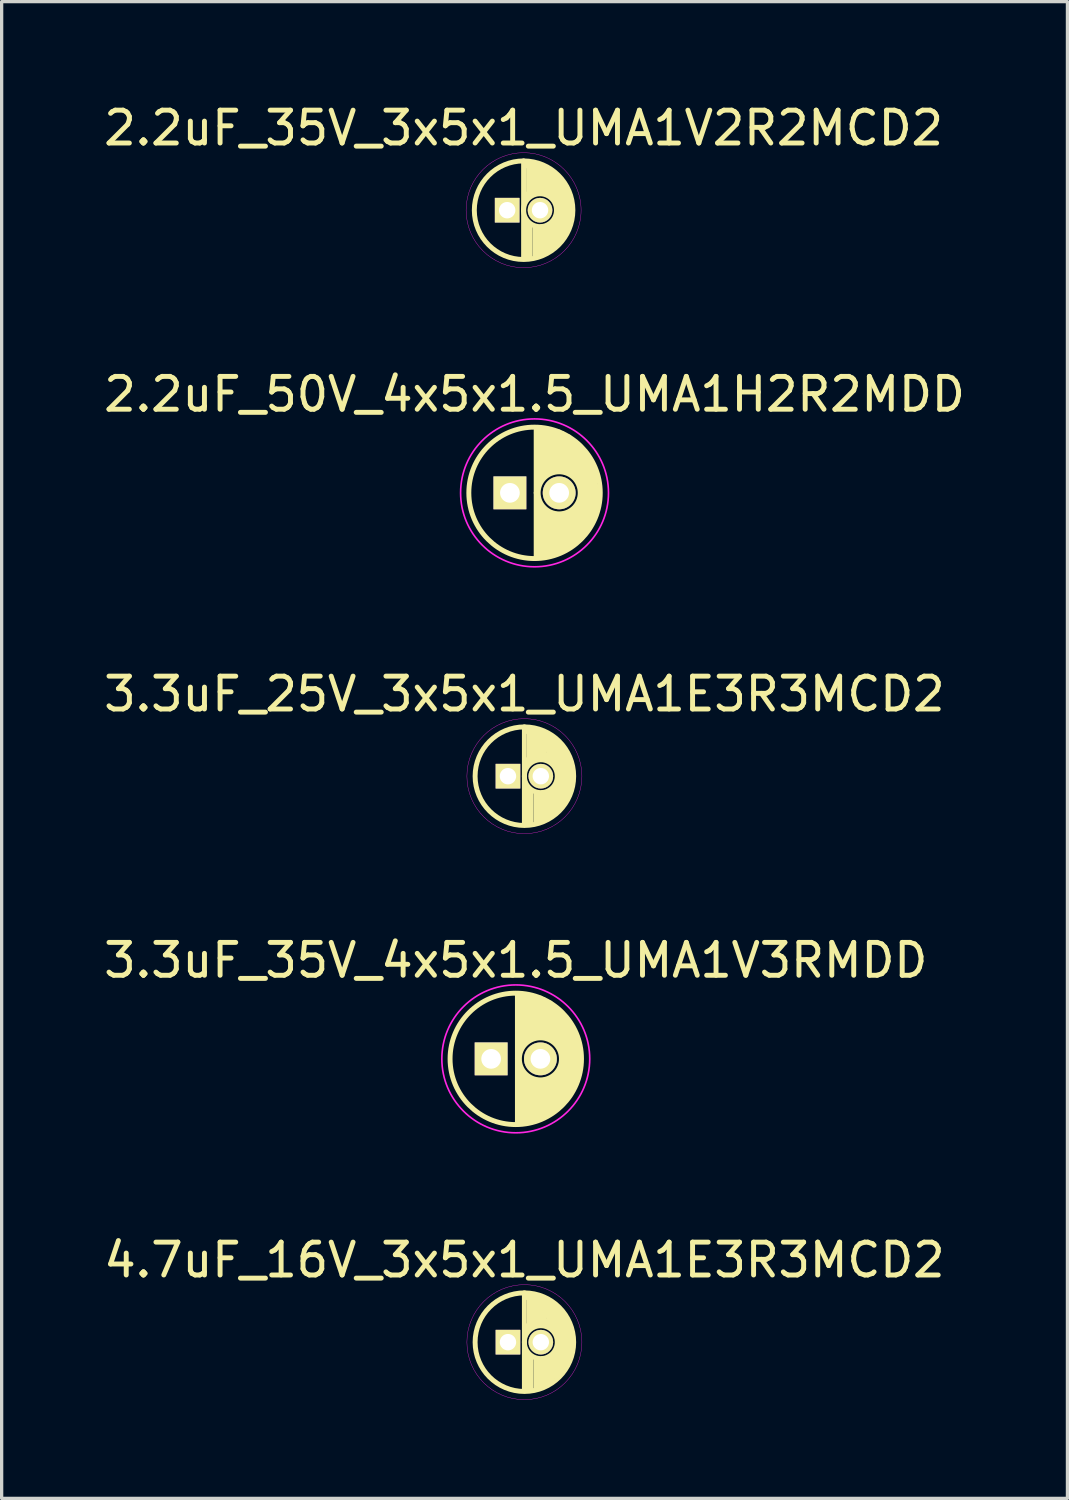
<source format=kicad_pcb>
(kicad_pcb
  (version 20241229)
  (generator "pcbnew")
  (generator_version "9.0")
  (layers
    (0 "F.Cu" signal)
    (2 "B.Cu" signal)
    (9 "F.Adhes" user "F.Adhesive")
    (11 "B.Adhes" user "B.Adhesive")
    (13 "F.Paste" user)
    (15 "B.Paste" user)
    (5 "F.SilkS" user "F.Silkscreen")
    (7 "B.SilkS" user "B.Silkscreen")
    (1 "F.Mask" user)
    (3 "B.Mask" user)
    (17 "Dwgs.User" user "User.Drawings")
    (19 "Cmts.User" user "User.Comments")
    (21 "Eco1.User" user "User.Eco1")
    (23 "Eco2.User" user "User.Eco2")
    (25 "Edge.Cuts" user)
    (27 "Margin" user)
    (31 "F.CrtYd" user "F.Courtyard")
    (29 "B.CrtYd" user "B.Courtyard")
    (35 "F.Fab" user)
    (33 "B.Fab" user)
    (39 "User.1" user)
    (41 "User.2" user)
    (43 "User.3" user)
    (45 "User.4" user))
  (footprint "2.2uF_35V_3x5x1_UMA1V2R2MCD2"
    (layer "F.Cu")
    (at 12.887 3.348)
    (property "Reference" "2.2uF_35V_3x5x1_UMA1V2R2MCD2" (at 0 -2.5 0) (layer "F.SilkS") (effects (font (size 1 1) (thickness 0.15))))
    (attr through_hole)
    (fp_line (start 0 0) (end 0 -1.5) (stroke (width 0.15) (type solid)) (layer "F.SilkS"))
    (fp_line (start 0 0) (end 0 1.45) (stroke (width 0.15) (type solid)) (layer "F.SilkS"))
    (fp_line (start 0.05 -0.5) (end 0.05 -0.35) (stroke (width 0.15) (type solid)) (layer "F.SilkS"))
    (fp_line (start 0.1 -1.35) (end 0.1 -1.45) (stroke (width 0.15) (type solid)) (layer "F.SilkS"))
    (fp_line (start 0.1 0.35) (end 0.1 1.4) (stroke (width 0.15) (type solid)) (layer "F.SilkS"))
    (fp_line (start 0.15 -0.45) (end 0.15 -1.4) (stroke (width 0.15) (type solid)) (layer "F.SilkS"))
    (fp_line (start 0.2 1.45) (end 0.2 0.5) (stroke (width 0.15) (type solid)) (layer "F.SilkS"))
    (fp_line (start 0.25 -1.4) (end 0.25 -0.55) (stroke (width 0.15) (type solid)) (layer "F.SilkS"))
    (fp_line (start 0.35 -0.55) (end 0.35 -1.35) (stroke (width 0.15) (type solid)) (layer "F.SilkS"))
    (fp_line (start 0.35 0.5) (end 0.35 1.4) (stroke (width 0.15) (type solid)) (layer "F.SilkS"))
    (fp_line (start 0.45 -1.35) (end 0.45 -0.6) (stroke (width 0.15) (type solid)) (layer "F.SilkS"))
    (fp_line (start 0.45 1.4) (end 0.45 0.55) (stroke (width 0.15) (type solid)) (layer "F.SilkS"))
    (fp_line (start 0.55 -0.55) (end 0.55 -1.3) (stroke (width 0.15) (type solid)) (layer "F.SilkS"))
    (fp_line (start 0.55 0.5) (end 0.55 1.3) (stroke (width 0.15) (type solid)) (layer "F.SilkS"))
    (fp_line (start 0.65 -1.3) (end 0.6 -0.55) (stroke (width 0.15) (type solid)) (layer "F.SilkS"))
    (fp_line (start 0.65 1.3) (end 0.65 0.55) (stroke (width 0.15) (type solid)) (layer "F.SilkS"))
    (fp_line (start 0.7 -0.65) (end 0.7 -0.5) (stroke (width 0.15) (type solid)) (layer "F.SilkS"))
    (fp_line (start 0.75 -0.5) (end 0.75 -1.25) (stroke (width 0.15) (type solid)) (layer "F.SilkS"))
    (fp_line (start 0.75 0.45) (end 0.75 1.2) (stroke (width 0.15) (type solid)) (layer "F.SilkS"))
    (fp_line (start 0.85 -1.2) (end 0.85 -0.45) (stroke (width 0.15) (type solid)) (layer "F.SilkS"))
    (fp_line (start 0.85 1.15) (end 0.85 0.45) (stroke (width 0.15) (type solid)) (layer "F.SilkS"))
    (fp_line (start 0.95 -0.3) (end 0.95 -1.1) (stroke (width 0.15) (type solid)) (layer "F.SilkS"))
    (fp_line (start 0.95 0.3) (end 0.95 1.05) (stroke (width 0.15) (type solid)) (layer "F.SilkS"))
    (fp_line (start 1.05 1) (end 1.05 -1) (stroke (width 0.15) (type solid)) (layer "F.SilkS"))
    (fp_line (start 1.15 -0.9) (end 1.15 0.85) (stroke (width 0.15) (type solid)) (layer "F.SilkS"))
    (fp_line (start 1.25 0.75) (end 1.25 -0.75) (stroke (width 0.15) (type solid)) (layer "F.SilkS"))
    (fp_line (start 1.3 -0.6) (end 1.3 0.6) (stroke (width 0.15) (type solid)) (layer "F.SilkS"))
    (fp_line (start 1.4 0.4) (end 1.4 -0.4) (stroke (width 0.15) (type solid)) (layer "F.SilkS"))
    (fp_circle (center 0 0) (end 0 1.5) (stroke (width 0.15) (type solid)) (fill no) (layer "F.SilkS"))
    (fp_circle (center 0.5 0) (end 0.9 0.3) (stroke (width 0.15) (type solid)) (fill no) (layer "F.SilkS"))
    (fp_circle (center 0 0) (end 0 1.75) (stroke (width 0.01) (type solid)) (fill no) (layer "F.CrtYd"))
    (pad "1" thru_hole rect (at -0.5 0) (size 0.75 0.75) (drill 0.5) (layers "*.Cu" "*.Mask" "F.SilkS"))
    (pad "2" thru_hole circle (at 0.5 0) (size 0.75 0.75) (drill 0.5) (layers "*.Cu" "*.Mask" "F.SilkS")))
  (footprint "3.3uF_35V_4x5x1.5_UMA1V3RMDD"
    (layer "F.Cu")
    (at 12.649 29.179)
    (property "Reference" "3.3uF_35V_4x5x1.5_UMA1V3RMDD" (at 0 -3 0) (layer "F.SilkS") (effects (font (size 1 1) (thickness 0.15))))
    (attr through_hole)
    (fp_line (start 0.05 0) (end 0.05 -1.95) (stroke (width 0.15) (type solid)) (layer "F.SilkS"))
    (fp_line (start 0.05 0) (end 0.05 1.95) (stroke (width 0.15) (type solid)) (layer "F.SilkS"))
    (fp_line (start 0.15 -1.95) (end 0.15 -0.35) (stroke (width 0.15) (type solid)) (layer "F.SilkS"))
    (fp_line (start 0.15 0.3) (end 0.15 1.95) (stroke (width 0.15) (type solid)) (layer "F.SilkS"))
    (fp_line (start 0.25 -0.5) (end 0.25 -1.9) (stroke (width 0.15) (type solid)) (layer "F.SilkS"))
    (fp_line (start 0.25 1.95) (end 0.25 0.45) (stroke (width 0.15) (type solid)) (layer "F.SilkS"))
    (fp_line (start 0.35 -1.95) (end 0.35 -0.55) (stroke (width 0.15) (type solid)) (layer "F.SilkS"))
    (fp_line (start 0.35 0.55) (end 0.35 1.95) (stroke (width 0.15) (type solid)) (layer "F.SilkS"))
    (fp_line (start 0.45 -0.6) (end 0.45 -1.9) (stroke (width 0.15) (type solid)) (layer "F.SilkS"))
    (fp_line (start 0.45 1.9) (end 0.45 0.6) (stroke (width 0.15) (type solid)) (layer "F.SilkS"))
    (fp_line (start 0.55 -1.9) (end 0.55 -0.7) (stroke (width 0.15) (type solid)) (layer "F.SilkS"))
    (fp_line (start 0.55 0.65) (end 0.55 1.85) (stroke (width 0.15) (type solid)) (layer "F.SilkS"))
    (fp_line (start 0.65 -0.65) (end 0.65 -1.85) (stroke (width 0.15) (type solid)) (layer "F.SilkS"))
    (fp_line (start 0.65 1.85) (end 0.65 0.65) (stroke (width 0.15) (type solid)) (layer "F.SilkS"))
    (fp_line (start 0.75 -1.85) (end 0.75 -0.7) (stroke (width 0.15) (type solid)) (layer "F.SilkS"))
    (fp_line (start 0.75 1.8) (end 0.75 0.7) (stroke (width 0.15) (type solid)) (layer "F.SilkS"))
    (fp_line (start 0.85 -1.8) (end 0.85 -0.7) (stroke (width 0.15) (type solid)) (layer "F.SilkS"))
    (fp_line (start 0.85 0.65) (end 0.85 1.75) (stroke (width 0.15) (type solid)) (layer "F.SilkS"))
    (fp_line (start 0.95 -0.65) (end 0.95 -1.7) (stroke (width 0.15) (type solid)) (layer "F.SilkS"))
    (fp_line (start 0.95 1.7) (end 0.95 0.7) (stroke (width 0.15) (type solid)) (layer "F.SilkS"))
    (fp_line (start 1.05 -1.7) (end 1.05 -0.6) (stroke (width 0.15) (type solid)) (layer "F.SilkS"))
    (fp_line (start 1.05 0.6) (end 1.05 1.65) (stroke (width 0.15) (type solid)) (layer "F.SilkS"))
    (fp_line (start 1.15 -0.55) (end 1.15 -1.6) (stroke (width 0.15) (type solid)) (layer "F.SilkS"))
    (fp_line (start 1.15 1.6) (end 1.15 0.55) (stroke (width 0.15) (type solid)) (layer "F.SilkS"))
    (fp_line (start 1.25 -1.5) (end 1.25 -0.5) (stroke (width 0.15) (type solid)) (layer "F.SilkS"))
    (fp_line (start 1.25 0.45) (end 1.25 1.5) (stroke (width 0.15) (type solid)) (layer "F.SilkS"))
    (fp_line (start 1.35 -0.3) (end 1.35 -1.4) (stroke (width 0.15) (type solid)) (layer "F.SilkS"))
    (fp_line (start 1.35 1.45) (end 1.35 0.3) (stroke (width 0.15) (type solid)) (layer "F.SilkS"))
    (fp_line (start 1.45 1.35) (end 1.45 -1.3) (stroke (width 0.15) (type solid)) (layer "F.SilkS"))
    (fp_line (start 1.55 -1.2) (end 1.55 1.2) (stroke (width 0.15) (type solid)) (layer "F.SilkS"))
    (fp_line (start 1.65 1.1) (end 1.65 -1.05) (stroke (width 0.15) (type solid)) (layer "F.SilkS"))
    (fp_line (start 1.75 -0.85) (end 1.75 0.85) (stroke (width 0.15) (type solid)) (layer "F.SilkS"))
    (fp_line (start 1.85 0.65) (end 1.85 -0.65) (stroke (width 0.15) (type solid)) (layer "F.SilkS"))
    (fp_line (start 1.95 -0.2) (end 1.95 0.25) (stroke (width 0.15) (type solid)) (layer "F.SilkS"))
    (fp_circle (center 0 0) (end 0 2) (stroke (width 0.15) (type solid)) (fill no) (layer "F.SilkS"))
    (fp_circle (center 0.75 0) (end 1.15 0.5) (stroke (width 0.15) (type solid)) (fill no) (layer "F.SilkS"))
    (fp_circle (center 0 0) (end 0.05 2.25) (stroke (width 0.05) (type solid)) (fill no) (layer "F.CrtYd"))
    (pad "1" thru_hole rect (at -0.75 0) (size 1 1) (drill 0.6) (layers "*.Cu" "*.Mask" "F.SilkS"))
    (pad "2" thru_hole circle (at 0.75 0) (size 1 1) (drill 0.6) (layers "*.Cu" "*.Mask" "F.SilkS")))
  (footprint "4.7uF_16V_3x5x1_UMA1E3R3MCD2"
    (layer "F.Cu")
    (at 12.911 37.802)
    (property "Reference" "4.7uF_16V_3x5x1_UMA1E3R3MCD2" (at 0 -2.5 0) (layer "F.SilkS") (effects (font (size 1 1) (thickness 0.15))))
    (attr through_hole)
    (fp_line (start 0 0) (end 0 -1.5) (stroke (width 0.15) (type solid)) (layer "F.SilkS"))
    (fp_line (start 0 0) (end 0 1.45) (stroke (width 0.15) (type solid)) (layer "F.SilkS"))
    (fp_line (start 0.05 -0.5) (end 0.05 -0.35) (stroke (width 0.15) (type solid)) (layer "F.SilkS"))
    (fp_line (start 0.1 -1.35) (end 0.1 -1.45) (stroke (width 0.15) (type solid)) (layer "F.SilkS"))
    (fp_line (start 0.1 0.35) (end 0.1 1.4) (stroke (width 0.15) (type solid)) (layer "F.SilkS"))
    (fp_line (start 0.15 -0.45) (end 0.15 -1.4) (stroke (width 0.15) (type solid)) (layer "F.SilkS"))
    (fp_line (start 0.2 1.45) (end 0.2 0.5) (stroke (width 0.15) (type solid)) (layer "F.SilkS"))
    (fp_line (start 0.25 -1.4) (end 0.25 -0.55) (stroke (width 0.15) (type solid)) (layer "F.SilkS"))
    (fp_line (start 0.35 -0.55) (end 0.35 -1.35) (stroke (width 0.15) (type solid)) (layer "F.SilkS"))
    (fp_line (start 0.35 0.5) (end 0.35 1.4) (stroke (width 0.15) (type solid)) (layer "F.SilkS"))
    (fp_line (start 0.45 -1.35) (end 0.45 -0.6) (stroke (width 0.15) (type solid)) (layer "F.SilkS"))
    (fp_line (start 0.45 1.4) (end 0.45 0.55) (stroke (width 0.15) (type solid)) (layer "F.SilkS"))
    (fp_line (start 0.55 -0.55) (end 0.55 -1.3) (stroke (width 0.15) (type solid)) (layer "F.SilkS"))
    (fp_line (start 0.55 0.5) (end 0.55 1.3) (stroke (width 0.15) (type solid)) (layer "F.SilkS"))
    (fp_line (start 0.65 -1.3) (end 0.6 -0.55) (stroke (width 0.15) (type solid)) (layer "F.SilkS"))
    (fp_line (start 0.65 1.3) (end 0.65 0.55) (stroke (width 0.15) (type solid)) (layer "F.SilkS"))
    (fp_line (start 0.7 -0.65) (end 0.7 -0.5) (stroke (width 0.15) (type solid)) (layer "F.SilkS"))
    (fp_line (start 0.75 -0.5) (end 0.75 -1.25) (stroke (width 0.15) (type solid)) (layer "F.SilkS"))
    (fp_line (start 0.75 0.45) (end 0.75 1.2) (stroke (width 0.15) (type solid)) (layer "F.SilkS"))
    (fp_line (start 0.85 -1.2) (end 0.85 -0.45) (stroke (width 0.15) (type solid)) (layer "F.SilkS"))
    (fp_line (start 0.85 1.15) (end 0.85 0.45) (stroke (width 0.15) (type solid)) (layer "F.SilkS"))
    (fp_line (start 0.95 -0.3) (end 0.95 -1.1) (stroke (width 0.15) (type solid)) (layer "F.SilkS"))
    (fp_line (start 0.95 0.3) (end 0.95 1.05) (stroke (width 0.15) (type solid)) (layer "F.SilkS"))
    (fp_line (start 1.05 1) (end 1.05 -1) (stroke (width 0.15) (type solid)) (layer "F.SilkS"))
    (fp_line (start 1.15 -0.9) (end 1.15 0.85) (stroke (width 0.15) (type solid)) (layer "F.SilkS"))
    (fp_line (start 1.25 0.75) (end 1.25 -0.75) (stroke (width 0.15) (type solid)) (layer "F.SilkS"))
    (fp_line (start 1.3 -0.6) (end 1.3 0.6) (stroke (width 0.15) (type solid)) (layer "F.SilkS"))
    (fp_line (start 1.4 0.4) (end 1.4 -0.4) (stroke (width 0.15) (type solid)) (layer "F.SilkS"))
    (fp_circle (center 0 0) (end 0 1.5) (stroke (width 0.15) (type solid)) (fill no) (layer "F.SilkS"))
    (fp_circle (center 0.5 0) (end 0.9 0.3) (stroke (width 0.15) (type solid)) (fill no) (layer "F.SilkS"))
    (fp_circle (center 0 0) (end 0 1.75) (stroke (width 0.01) (type solid)) (fill no) (layer "F.CrtYd"))
    (pad "1" thru_hole rect (at -0.5 0) (size 0.75 0.75) (drill 0.5) (layers "*.Cu" "*.Mask" "F.SilkS"))
    (pad "2" thru_hole circle (at 0.5 0) (size 0.75 0.75) (drill 0.5) (layers "*.Cu" "*.Mask" "F.SilkS")))
  (footprint "2.2uF_50V_4x5x1.5_UMA1H2R2MDD"
    (layer "F.Cu")
    (at 13.22 11.951)
    (property "Reference" "2.2uF_50V_4x5x1.5_UMA1H2R2MDD" (at 0 -3 0) (layer "F.SilkS") (effects (font (size 1 1) (thickness 0.15))))
    (attr through_hole)
    (fp_line (start 0.05 0) (end 0.05 -1.95) (stroke (width 0.15) (type solid)) (layer "F.SilkS"))
    (fp_line (start 0.05 0) (end 0.05 1.95) (stroke (width 0.15) (type solid)) (layer "F.SilkS"))
    (fp_line (start 0.15 -1.95) (end 0.15 -0.35) (stroke (width 0.15) (type solid)) (layer "F.SilkS"))
    (fp_line (start 0.15 0.3) (end 0.15 1.95) (stroke (width 0.15) (type solid)) (layer "F.SilkS"))
    (fp_line (start 0.25 -0.5) (end 0.25 -1.9) (stroke (width 0.15) (type solid)) (layer "F.SilkS"))
    (fp_line (start 0.25 1.95) (end 0.25 0.45) (stroke (width 0.15) (type solid)) (layer "F.SilkS"))
    (fp_line (start 0.35 -1.95) (end 0.35 -0.55) (stroke (width 0.15) (type solid)) (layer "F.SilkS"))
    (fp_line (start 0.35 0.55) (end 0.35 1.95) (stroke (width 0.15) (type solid)) (layer "F.SilkS"))
    (fp_line (start 0.45 -0.6) (end 0.45 -1.9) (stroke (width 0.15) (type solid)) (layer "F.SilkS"))
    (fp_line (start 0.45 1.9) (end 0.45 0.6) (stroke (width 0.15) (type solid)) (layer "F.SilkS"))
    (fp_line (start 0.55 -1.9) (end 0.55 -0.7) (stroke (width 0.15) (type solid)) (layer "F.SilkS"))
    (fp_line (start 0.55 0.65) (end 0.55 1.85) (stroke (width 0.15) (type solid)) (layer "F.SilkS"))
    (fp_line (start 0.65 -0.65) (end 0.65 -1.85) (stroke (width 0.15) (type solid)) (layer "F.SilkS"))
    (fp_line (start 0.65 1.85) (end 0.65 0.65) (stroke (width 0.15) (type solid)) (layer "F.SilkS"))
    (fp_line (start 0.75 -1.85) (end 0.75 -0.7) (stroke (width 0.15) (type solid)) (layer "F.SilkS"))
    (fp_line (start 0.75 1.8) (end 0.75 0.7) (stroke (width 0.15) (type solid)) (layer "F.SilkS"))
    (fp_line (start 0.85 -1.8) (end 0.85 -0.7) (stroke (width 0.15) (type solid)) (layer "F.SilkS"))
    (fp_line (start 0.85 0.65) (end 0.85 1.75) (stroke (width 0.15) (type solid)) (layer "F.SilkS"))
    (fp_line (start 0.95 -0.65) (end 0.95 -1.7) (stroke (width 0.15) (type solid)) (layer "F.SilkS"))
    (fp_line (start 0.95 1.7) (end 0.95 0.7) (stroke (width 0.15) (type solid)) (layer "F.SilkS"))
    (fp_line (start 1.05 -1.7) (end 1.05 -0.6) (stroke (width 0.15) (type solid)) (layer "F.SilkS"))
    (fp_line (start 1.05 0.6) (end 1.05 1.65) (stroke (width 0.15) (type solid)) (layer "F.SilkS"))
    (fp_line (start 1.15 -0.55) (end 1.15 -1.6) (stroke (width 0.15) (type solid)) (layer "F.SilkS"))
    (fp_line (start 1.15 1.6) (end 1.15 0.55) (stroke (width 0.15) (type solid)) (layer "F.SilkS"))
    (fp_line (start 1.25 -1.5) (end 1.25 -0.5) (stroke (width 0.15) (type solid)) (layer "F.SilkS"))
    (fp_line (start 1.25 0.45) (end 1.25 1.5) (stroke (width 0.15) (type solid)) (layer "F.SilkS"))
    (fp_line (start 1.35 -0.3) (end 1.35 -1.4) (stroke (width 0.15) (type solid)) (layer "F.SilkS"))
    (fp_line (start 1.35 1.45) (end 1.35 0.3) (stroke (width 0.15) (type solid)) (layer "F.SilkS"))
    (fp_line (start 1.45 1.35) (end 1.45 -1.3) (stroke (width 0.15) (type solid)) (layer "F.SilkS"))
    (fp_line (start 1.55 -1.2) (end 1.55 1.2) (stroke (width 0.15) (type solid)) (layer "F.SilkS"))
    (fp_line (start 1.65 1.1) (end 1.65 -1.05) (stroke (width 0.15) (type solid)) (layer "F.SilkS"))
    (fp_line (start 1.75 -0.85) (end 1.75 0.85) (stroke (width 0.15) (type solid)) (layer "F.SilkS"))
    (fp_line (start 1.85 0.65) (end 1.85 -0.65) (stroke (width 0.15) (type solid)) (layer "F.SilkS"))
    (fp_line (start 1.95 -0.2) (end 1.95 0.25) (stroke (width 0.15) (type solid)) (layer "F.SilkS"))
    (fp_circle (center 0 0) (end 0 2) (stroke (width 0.15) (type solid)) (fill no) (layer "F.SilkS"))
    (fp_circle (center 0.75 0) (end 1.15 0.5) (stroke (width 0.15) (type solid)) (fill no) (layer "F.SilkS"))
    (fp_circle (center 0 0) (end 0.05 2.25) (stroke (width 0.05) (type solid)) (fill no) (layer "F.CrtYd"))
    (pad "1" thru_hole rect (at -0.75 0) (size 1 1) (drill 0.6) (layers "*.Cu" "*.Mask" "F.SilkS"))
    (pad "2" thru_hole circle (at 0.75 0) (size 1 1) (drill 0.6) (layers "*.Cu" "*.Mask" "F.SilkS")))
  (footprint "3.3uF_25V_3x5x1_UMA1E3R3MCD2"
    (layer "F.Cu")
    (at 12.911 20.575)
    (property "Reference" "3.3uF_25V_3x5x1_UMA1E3R3MCD2" (at 0 -2.5 0) (layer "F.SilkS") (effects (font (size 1 1) (thickness 0.15))))
    (attr through_hole)
    (fp_line (start 0 0) (end 0 -1.5) (stroke (width 0.15) (type solid)) (layer "F.SilkS"))
    (fp_line (start 0 0) (end 0 1.45) (stroke (width 0.15) (type solid)) (layer "F.SilkS"))
    (fp_line (start 0.05 -0.5) (end 0.05 -0.35) (stroke (width 0.15) (type solid)) (layer "F.SilkS"))
    (fp_line (start 0.1 -1.35) (end 0.1 -1.45) (stroke (width 0.15) (type solid)) (layer "F.SilkS"))
    (fp_line (start 0.1 0.35) (end 0.1 1.4) (stroke (width 0.15) (type solid)) (layer "F.SilkS"))
    (fp_line (start 0.15 -0.45) (end 0.15 -1.4) (stroke (width 0.15) (type solid)) (layer "F.SilkS"))
    (fp_line (start 0.2 1.45) (end 0.2 0.5) (stroke (width 0.15) (type solid)) (layer "F.SilkS"))
    (fp_line (start 0.25 -1.4) (end 0.25 -0.55) (stroke (width 0.15) (type solid)) (layer "F.SilkS"))
    (fp_line (start 0.35 -0.55) (end 0.35 -1.35) (stroke (width 0.15) (type solid)) (layer "F.SilkS"))
    (fp_line (start 0.35 0.5) (end 0.35 1.4) (stroke (width 0.15) (type solid)) (layer "F.SilkS"))
    (fp_line (start 0.45 -1.35) (end 0.45 -0.6) (stroke (width 0.15) (type solid)) (layer "F.SilkS"))
    (fp_line (start 0.45 1.4) (end 0.45 0.55) (stroke (width 0.15) (type solid)) (layer "F.SilkS"))
    (fp_line (start 0.55 -0.55) (end 0.55 -1.3) (stroke (width 0.15) (type solid)) (layer "F.SilkS"))
    (fp_line (start 0.55 0.5) (end 0.55 1.3) (stroke (width 0.15) (type solid)) (layer "F.SilkS"))
    (fp_line (start 0.65 -1.3) (end 0.6 -0.55) (stroke (width 0.15) (type solid)) (layer "F.SilkS"))
    (fp_line (start 0.65 1.3) (end 0.65 0.55) (stroke (width 0.15) (type solid)) (layer "F.SilkS"))
    (fp_line (start 0.7 -0.65) (end 0.7 -0.5) (stroke (width 0.15) (type solid)) (layer "F.SilkS"))
    (fp_line (start 0.75 -0.5) (end 0.75 -1.25) (stroke (width 0.15) (type solid)) (layer "F.SilkS"))
    (fp_line (start 0.75 0.45) (end 0.75 1.2) (stroke (width 0.15) (type solid)) (layer "F.SilkS"))
    (fp_line (start 0.85 -1.2) (end 0.85 -0.45) (stroke (width 0.15) (type solid)) (layer "F.SilkS"))
    (fp_line (start 0.85 1.15) (end 0.85 0.45) (stroke (width 0.15) (type solid)) (layer "F.SilkS"))
    (fp_line (start 0.95 -0.3) (end 0.95 -1.1) (stroke (width 0.15) (type solid)) (layer "F.SilkS"))
    (fp_line (start 0.95 0.3) (end 0.95 1.05) (stroke (width 0.15) (type solid)) (layer "F.SilkS"))
    (fp_line (start 1.05 1) (end 1.05 -1) (stroke (width 0.15) (type solid)) (layer "F.SilkS"))
    (fp_line (start 1.15 -0.9) (end 1.15 0.85) (stroke (width 0.15) (type solid)) (layer "F.SilkS"))
    (fp_line (start 1.25 0.75) (end 1.25 -0.75) (stroke (width 0.15) (type solid)) (layer "F.SilkS"))
    (fp_line (start 1.3 -0.6) (end 1.3 0.6) (stroke (width 0.15) (type solid)) (layer "F.SilkS"))
    (fp_line (start 1.4 0.4) (end 1.4 -0.4) (stroke (width 0.15) (type solid)) (layer "F.SilkS"))
    (fp_circle (center 0 0) (end 0 1.5) (stroke (width 0.15) (type solid)) (fill no) (layer "F.SilkS"))
    (fp_circle (center 0.5 0) (end 0.9 0.3) (stroke (width 0.15) (type solid)) (fill no) (layer "F.SilkS"))
    (fp_circle (center 0 0) (end 0 1.75) (stroke (width 0.01) (type solid)) (fill no) (layer "F.CrtYd"))
    (pad "1" thru_hole rect (at -0.5 0) (size 0.75 0.75) (drill 0.5) (layers "*.Cu" "*.Mask" "F.SilkS"))
    (pad "2" thru_hole circle (at 0.5 0) (size 0.75 0.75) (drill 0.5) (layers "*.Cu" "*.Mask" "F.SilkS")))
  (gr_rect
    (start -3 -3)
    (end 29.44 42.557)
    (stroke (width 0.1) (type default))
    (fill no)
    (layer "Edge.Cuts")))
</source>
